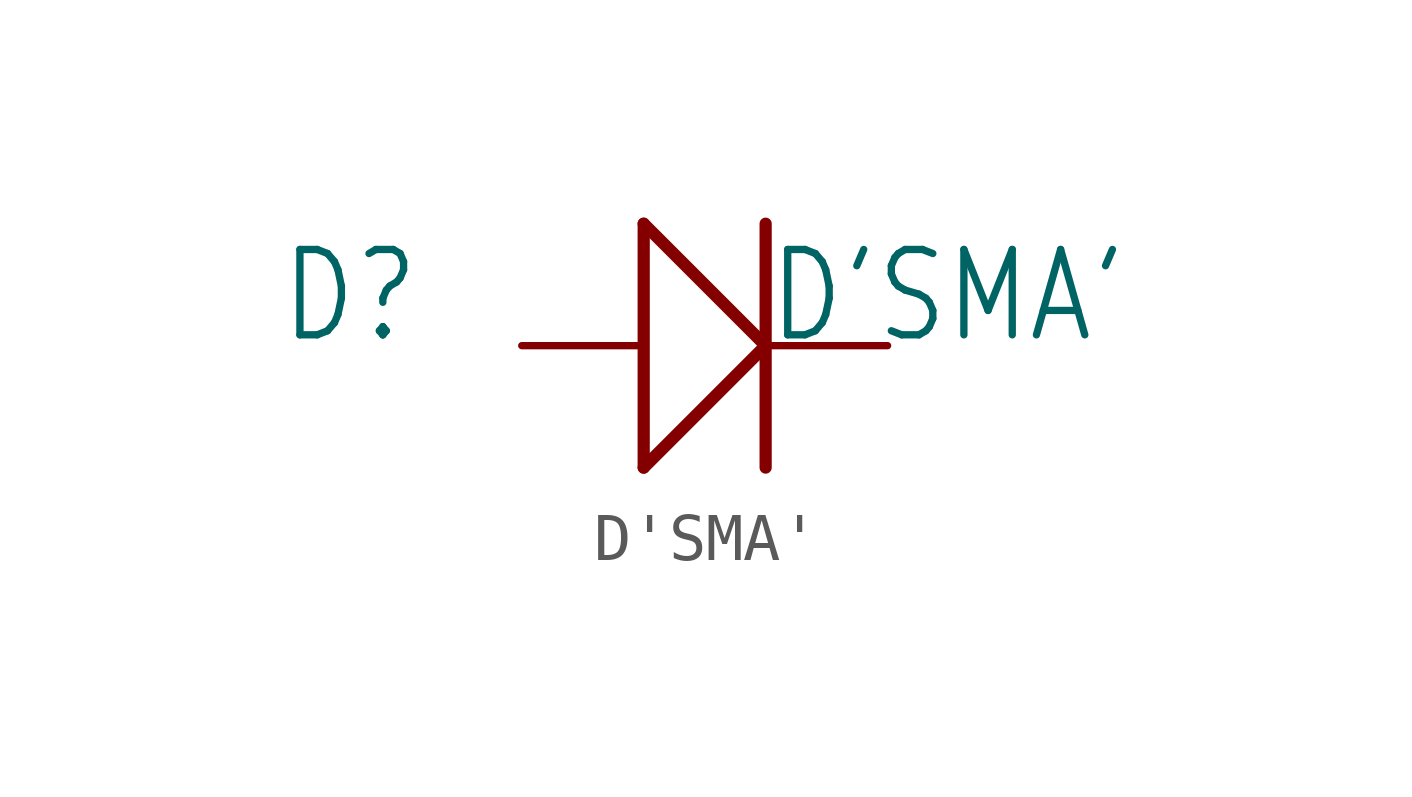
<source format=kicad_sym>
(kicad_symbol_lib
  (version 20211014)
  (generator kicad_symbol_editor)
  (symbol "D'SMA'"
    (property "Reference" "D"
      (at -8.89 0 0)
      (effects (font (size 1.778 1.511)) (justify left bottom)))
    (property "Value" "D'SMA'"
      (at 1.27 0 0)
      (effects (font (size 1.778 1.511)) (justify left bottom)))
    (property "ki_locked" ""
      (at 0 0 0)
      (effects (font (size 1.27 1.27))))
    (symbol "D'SMA'_1_0"
      (polyline (pts (xy -1.27 -2.54) (xy -1.27 2.54)) (stroke (width 0.254) (type default) (color 0 0 0 0)) (fill (type none)))
      (polyline (pts (xy -1.27 -2.54) (xy 1.27 0)) (stroke (width 0.254) (type default) (color 0 0 0 0)) (fill (type none)))
      (polyline (pts (xy -1.27 2.54) (xy 1.27 0)) (stroke (width 0.254) (type default) (color 0 0 0 0)) (fill (type none)))
      (polyline (pts (xy 1.27 2.54) (xy 1.27 -2.54)) (stroke (width 0.254) (type default) (color 0 0 0 0)) (fill (type none)))
      (pin passive line (at -3.81 0 0) (length 2.54) (name "+" (effects (font (size 0 0)))) (number "+" (effects (font (size 0 0)))))
      (pin passive line (at 3.81 0 180) (length 2.54) (name "-" (effects (font (size 0 0)))) (number "-" (effects (font (size 0 0))))))))
</source>
